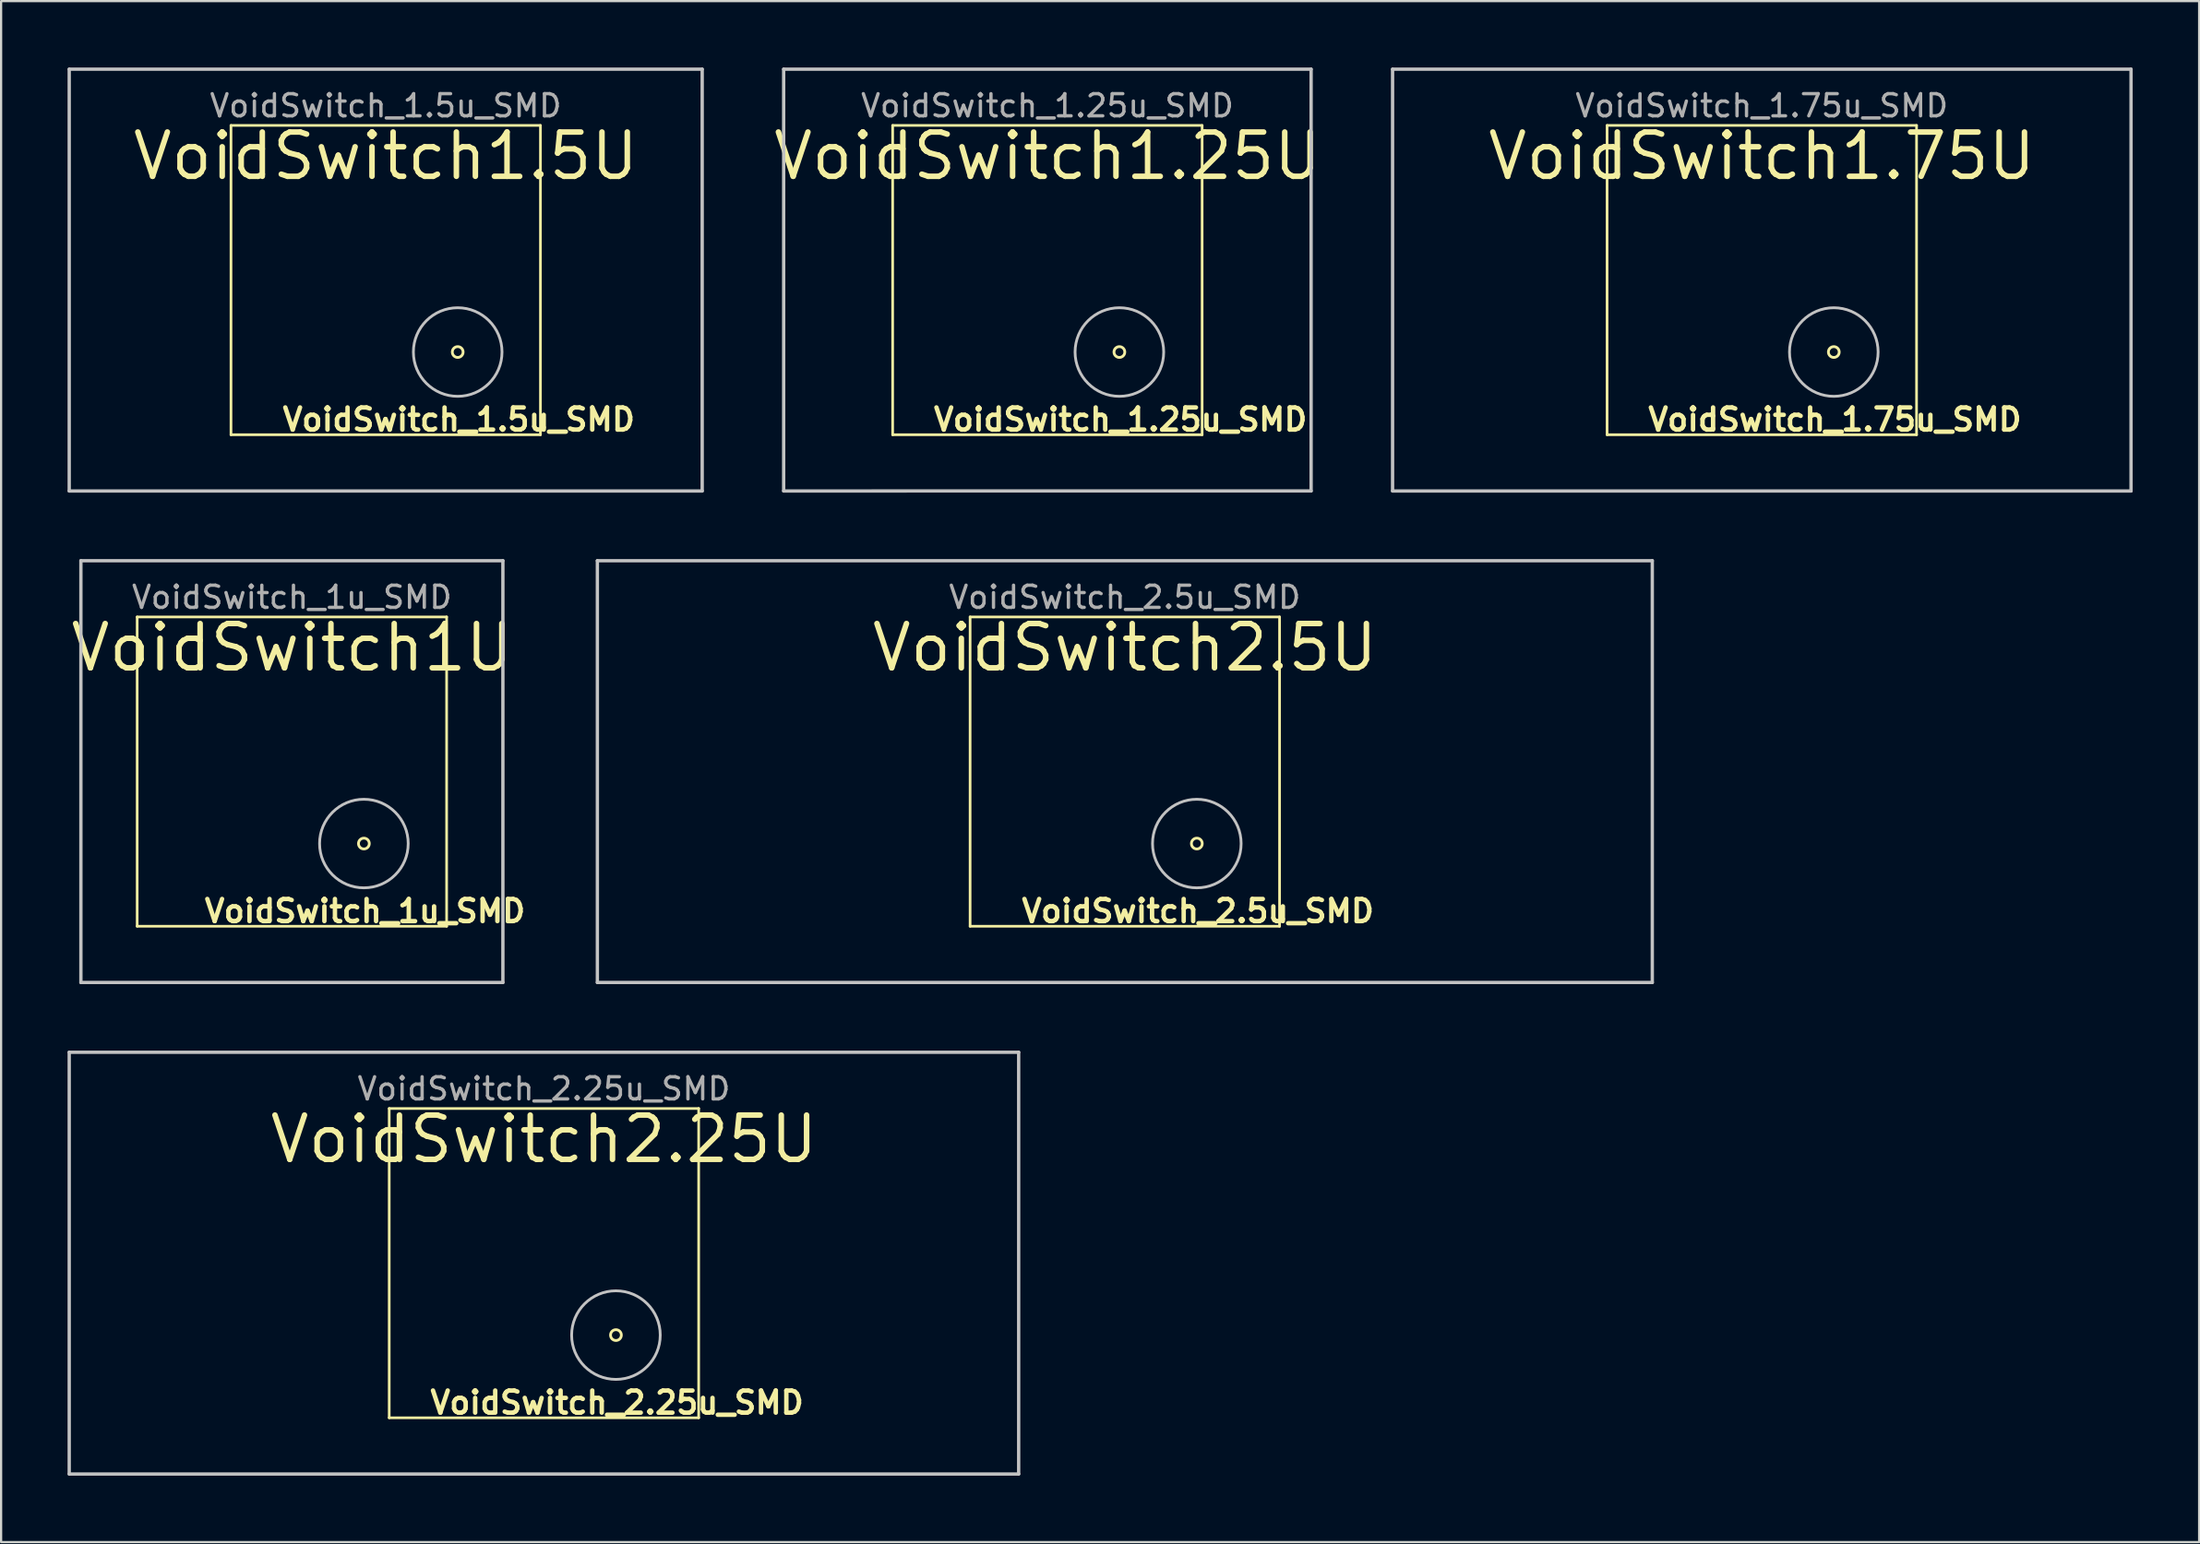
<source format=kicad_pcb>
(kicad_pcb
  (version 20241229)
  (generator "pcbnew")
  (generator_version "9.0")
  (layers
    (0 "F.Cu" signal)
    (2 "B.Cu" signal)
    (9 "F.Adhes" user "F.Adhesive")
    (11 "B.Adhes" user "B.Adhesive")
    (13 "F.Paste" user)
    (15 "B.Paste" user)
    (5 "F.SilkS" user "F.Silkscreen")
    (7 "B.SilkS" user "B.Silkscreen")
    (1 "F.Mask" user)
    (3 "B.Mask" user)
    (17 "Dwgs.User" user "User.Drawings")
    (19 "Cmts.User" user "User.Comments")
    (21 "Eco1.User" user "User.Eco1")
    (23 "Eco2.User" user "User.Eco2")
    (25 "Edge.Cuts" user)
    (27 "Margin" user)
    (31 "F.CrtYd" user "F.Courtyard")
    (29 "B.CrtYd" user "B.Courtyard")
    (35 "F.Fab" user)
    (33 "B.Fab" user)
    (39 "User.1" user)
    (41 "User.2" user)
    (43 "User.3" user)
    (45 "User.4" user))
  (footprint "VoidSwitch_2.5u_SMD"
    (layer "F.Cu")
    (at 47.728 31.8)
    (property "Reference" "VoidSwitch_2.5u_SMD" (at 3.3 6.3 0) (layer "F.SilkS") (effects (font (size 1 1) (thickness 0.2))))
    (property "Value" "VoidSwitch2.5U" (at 0 8.503 0) (layer "F.Fab") (hide yes) (effects (font (size 1 1) (thickness 0.15))))
    (attr smd exclude_from_bom)
    (fp_line (start -6.985 -6.985) (end 6.985 -6.985) (stroke (width 0.12) (type solid)) (layer "F.SilkS"))
    (fp_line (start -6.985 6.985) (end -6.985 -6.985) (stroke (width 0.12) (type solid)) (layer "F.SilkS"))
    (fp_line (start 6.985 -6.985) (end 6.985 6.985) (stroke (width 0.12) (type solid)) (layer "F.SilkS"))
    (fp_line (start 6.985 6.985) (end -6.985 6.985) (stroke (width 0.12) (type solid)) (layer "F.SilkS"))
    (fp_circle (center 3.25 3.25) (end 3.494 3.25) (stroke (width 0.125) (type solid)) (fill no) (layer "F.SilkS"))
    (fp_line (start -23.811 -9.525) (end 23.811 -9.525) (stroke (width 0.15) (type solid)) (layer "Dwgs.User"))
    (fp_line (start -23.811 9.525) (end -23.811 -9.525) (stroke (width 0.15) (type solid)) (layer "Dwgs.User"))
    (fp_line (start 23.811 -9.525) (end 23.811 9.525) (stroke (width 0.15) (type solid)) (layer "Dwgs.User"))
    (fp_line (start 23.811 9.525) (end -23.811 9.525) (stroke (width 0.15) (type solid)) (layer "Dwgs.User"))
    (fp_circle (center 3.25 3.25) (end 5.25 3.25) (stroke (width 0.125) (type solid)) (fill no) (layer "Dwgs.User"))
    (fp_text user "${VALUE}" (at 0 -5.6 0) (layer "F.SilkS") (effects (font (size 2 2) (thickness 0.25))))
    (fp_text user "${REFERENCE}" (at 0 -7.874 0) (layer "F.Fab") (effects (font (size 1 1) (thickness 0.15)))))
  (footprint "VoidSwitch_1.5u_SMD"
    (layer "F.Cu")
    (at 14.362 9.6)
    (property "Reference" "VoidSwitch_1.5u_SMD" (at 3.3 6.3 0) (layer "F.SilkS") (effects (font (size 1 1) (thickness 0.2))))
    (property "Value" "VoidSwitch1.5U" (at 0 8.503 0) (layer "F.Fab") (hide yes) (effects (font (size 1 1) (thickness 0.15))))
    (attr smd exclude_from_bom)
    (fp_line (start -6.985 -6.985) (end 6.985 -6.985) (stroke (width 0.12) (type solid)) (layer "F.SilkS"))
    (fp_line (start -6.985 6.985) (end -6.985 -6.985) (stroke (width 0.12) (type solid)) (layer "F.SilkS"))
    (fp_line (start 6.985 -6.985) (end 6.985 6.985) (stroke (width 0.12) (type solid)) (layer "F.SilkS"))
    (fp_line (start 6.985 6.985) (end -6.985 6.985) (stroke (width 0.12) (type solid)) (layer "F.SilkS"))
    (fp_circle (center 3.25 3.25) (end 3.494 3.25) (stroke (width 0.125) (type solid)) (fill no) (layer "F.SilkS"))
    (fp_line (start -14.287 -9.525) (end 14.287 -9.525) (stroke (width 0.15) (type solid)) (layer "Dwgs.User"))
    (fp_line (start -14.287 9.525) (end -14.287 -9.525) (stroke (width 0.15) (type solid)) (layer "Dwgs.User"))
    (fp_line (start 14.287 -9.525) (end 14.287 9.525) (stroke (width 0.15) (type solid)) (layer "Dwgs.User"))
    (fp_line (start 14.287 9.525) (end -14.287 9.525) (stroke (width 0.15) (type solid)) (layer "Dwgs.User"))
    (fp_circle (center 3.25 3.25) (end 5.25 3.25) (stroke (width 0.125) (type solid)) (fill no) (layer "Dwgs.User"))
    (fp_text user "${VALUE}" (at 0 -5.6 0) (layer "F.SilkS") (effects (font (size 2 2) (thickness 0.25))))
    (fp_text user "${REFERENCE}" (at 0 -7.874 0) (layer "F.Fab") (effects (font (size 1 1) (thickness 0.15)))))
  (footprint "VoidSwitch_2.25u_SMD"
    (layer "F.Cu")
    (at 21.505 54.001)
    (property "Reference" "VoidSwitch_2.25u_SMD" (at 3.3 6.3 0) (layer "F.SilkS") (effects (font (size 1 1) (thickness 0.2))))
    (property "Value" "VoidSwitch2.25U" (at 0 8.503 0) (layer "F.Fab") (hide yes) (effects (font (size 1 1) (thickness 0.15))))
    (attr smd exclude_from_bom)
    (fp_line (start -6.985 -6.985) (end 6.985 -6.985) (stroke (width 0.12) (type solid)) (layer "F.SilkS"))
    (fp_line (start -6.985 6.985) (end -6.985 -6.985) (stroke (width 0.12) (type solid)) (layer "F.SilkS"))
    (fp_line (start 6.985 -6.985) (end 6.985 6.985) (stroke (width 0.12) (type solid)) (layer "F.SilkS"))
    (fp_line (start 6.985 6.985) (end -6.985 6.985) (stroke (width 0.12) (type solid)) (layer "F.SilkS"))
    (fp_circle (center 3.25 3.25) (end 3.494 3.25) (stroke (width 0.125) (type solid)) (fill no) (layer "F.SilkS"))
    (fp_line (start -21.43 -9.525) (end 21.43 -9.525) (stroke (width 0.15) (type solid)) (layer "Dwgs.User"))
    (fp_line (start -21.43 9.524) (end -21.43 -9.526) (stroke (width 0.15) (type solid)) (layer "Dwgs.User"))
    (fp_line (start 21.43 -9.525) (end 21.43 9.525) (stroke (width 0.15) (type solid)) (layer "Dwgs.User"))
    (fp_line (start 21.43 9.525) (end -21.43 9.524) (stroke (width 0.15) (type solid)) (layer "Dwgs.User"))
    (fp_circle (center 3.25 3.25) (end 5.25 3.25) (stroke (width 0.125) (type solid)) (fill no) (layer "Dwgs.User"))
    (fp_text user "${VALUE}" (at 0 -5.6 0) (layer "F.SilkS") (effects (font (size 2 2) (thickness 0.25))))
    (fp_text user "${REFERENCE}" (at 0 -7.874 0) (layer "F.Fab") (effects (font (size 1 1) (thickness 0.15)))))
  (footprint "VoidSwitch_1.75u_SMD"
    (layer "F.Cu")
    (at 76.483 9.6)
    (property "Reference" "VoidSwitch_1.75u_SMD" (at 3.3 6.3 0) (layer "F.SilkS") (effects (font (size 1 1) (thickness 0.2))))
    (property "Value" "VoidSwitch1.75U" (at 0 8.503 0) (layer "F.Fab") (hide yes) (effects (font (size 1 1) (thickness 0.15))))
    (attr smd exclude_from_bom)
    (fp_line (start -6.985 -6.985) (end 6.985 -6.985) (stroke (width 0.12) (type solid)) (layer "F.SilkS"))
    (fp_line (start -6.985 6.985) (end -6.985 -6.985) (stroke (width 0.12) (type solid)) (layer "F.SilkS"))
    (fp_line (start 6.985 -6.985) (end 6.985 6.985) (stroke (width 0.12) (type solid)) (layer "F.SilkS"))
    (fp_line (start 6.985 6.985) (end -6.985 6.985) (stroke (width 0.12) (type solid)) (layer "F.SilkS"))
    (fp_circle (center 3.25 3.25) (end 3.494 3.25) (stroke (width 0.125) (type solid)) (fill no) (layer "F.SilkS"))
    (fp_line (start -16.668 -9.525) (end 16.668 -9.525) (stroke (width 0.15) (type solid)) (layer "Dwgs.User"))
    (fp_line (start -16.668 9.525) (end -16.668 -9.525) (stroke (width 0.15) (type solid)) (layer "Dwgs.User"))
    (fp_line (start 16.668 -9.525) (end 16.668 9.525) (stroke (width 0.15) (type solid)) (layer "Dwgs.User"))
    (fp_line (start 16.668 9.525) (end -16.668 9.525) (stroke (width 0.15) (type solid)) (layer "Dwgs.User"))
    (fp_circle (center 3.25 3.25) (end 5.25 3.25) (stroke (width 0.125) (type solid)) (fill no) (layer "Dwgs.User"))
    (fp_text user "${VALUE}" (at 0 -5.6 0) (layer "F.SilkS") (effects (font (size 2 2) (thickness 0.25))))
    (fp_text user "${REFERENCE}" (at 0 -7.874 0) (layer "F.Fab") (effects (font (size 1 1) (thickness 0.15)))))
  (footprint "VoidSwitch_1.25u_SMD"
    (layer "F.Cu")
    (at 44.232 9.6)
    (property "Reference" "VoidSwitch_1.25u_SMD" (at 3.3 6.3 0) (layer "F.SilkS") (effects (font (size 1 1) (thickness 0.2))))
    (property "Value" "VoidSwitch1.25U" (at 0 8.503 0) (layer "F.Fab") (hide yes) (effects (font (size 1 1) (thickness 0.15))))
    (attr smd exclude_from_bom)
    (fp_line (start -6.985 -6.985) (end 6.985 -6.985) (stroke (width 0.12) (type solid)) (layer "F.SilkS"))
    (fp_line (start -6.985 6.985) (end -6.985 -6.985) (stroke (width 0.12) (type solid)) (layer "F.SilkS"))
    (fp_line (start 6.985 -6.985) (end 6.985 6.985) (stroke (width 0.12) (type solid)) (layer "F.SilkS"))
    (fp_line (start 6.985 6.985) (end -6.985 6.985) (stroke (width 0.12) (type solid)) (layer "F.SilkS"))
    (fp_circle (center 3.25 3.25) (end 3.494 3.25) (stroke (width 0.125) (type solid)) (fill no) (layer "F.SilkS"))
    (fp_line (start -11.905 -9.525) (end 11.905 -9.525) (stroke (width 0.15) (type solid)) (layer "Dwgs.User"))
    (fp_line (start -11.905 9.525) (end -11.905 -9.525) (stroke (width 0.15) (type solid)) (layer "Dwgs.User"))
    (fp_line (start 11.905 -9.525) (end 11.905 9.525) (stroke (width 0.15) (type solid)) (layer "Dwgs.User"))
    (fp_line (start 11.905 9.524) (end -11.905 9.525) (stroke (width 0.15) (type solid)) (layer "Dwgs.User"))
    (fp_circle (center 3.25 3.25) (end 5.25 3.25) (stroke (width 0.125) (type solid)) (fill no) (layer "Dwgs.User"))
    (fp_text user "${VALUE}" (at 0 -5.6 0) (layer "F.SilkS") (effects (font (size 2 2) (thickness 0.25))))
    (fp_text user "${REFERENCE}" (at 0 -7.874 0) (layer "F.Fab") (effects (font (size 1 1) (thickness 0.15)))))
  (footprint "VoidSwitch_1u_SMD"
    (layer "F.Cu")
    (at 10.127 31.8)
    (property "Reference" "VoidSwitch_1u_SMD" (at 3.3 6.3 0) (layer "F.SilkS") (effects (font (size 1 1) (thickness 0.2))))
    (property "Value" "VoidSwitch1U" (at 0 8.503 0) (layer "F.Fab") (hide yes) (effects (font (size 1 1) (thickness 0.15))))
    (attr smd exclude_from_bom)
    (fp_line (start -6.985 -6.985) (end 6.985 -6.985) (stroke (width 0.12) (type solid)) (layer "F.SilkS"))
    (fp_line (start -6.985 6.985) (end -6.985 -6.985) (stroke (width 0.12) (type solid)) (layer "F.SilkS"))
    (fp_line (start 6.985 -6.985) (end 6.985 6.985) (stroke (width 0.12) (type solid)) (layer "F.SilkS"))
    (fp_line (start 6.985 6.985) (end -6.985 6.985) (stroke (width 0.12) (type solid)) (layer "F.SilkS"))
    (fp_circle (center 3.25 3.25) (end 3.494 3.25) (stroke (width 0.125) (type solid)) (fill no) (layer "F.SilkS"))
    (fp_line (start -9.525 -9.525) (end 9.525 -9.525) (stroke (width 0.15) (type solid)) (layer "Dwgs.User"))
    (fp_line (start -9.525 9.525) (end -9.525 -9.525) (stroke (width 0.15) (type solid)) (layer "Dwgs.User"))
    (fp_line (start 9.525 -9.525) (end 9.525 9.525) (stroke (width 0.15) (type solid)) (layer "Dwgs.User"))
    (fp_line (start 9.525 9.525) (end -9.525 9.525) (stroke (width 0.15) (type solid)) (layer "Dwgs.User"))
    (fp_circle (center 3.25 3.25) (end 5.25 3.25) (stroke (width 0.125) (type solid)) (fill no) (layer "Dwgs.User"))
    (fp_text user "${VALUE}" (at 0 -5.6 0) (layer "F.SilkS") (effects (font (size 2 2) (thickness 0.25))))
    (fp_text user "${REFERENCE}" (at 0 -7.874 0) (layer "F.Fab") (effects (font (size 1 1) (thickness 0.15)))))
  (gr_rect
    (start -3 -3)
    (end 96.225 66.601)
    (stroke (width 0.1) (type default))
    (fill no)
    (layer "Edge.Cuts")))
</source>
